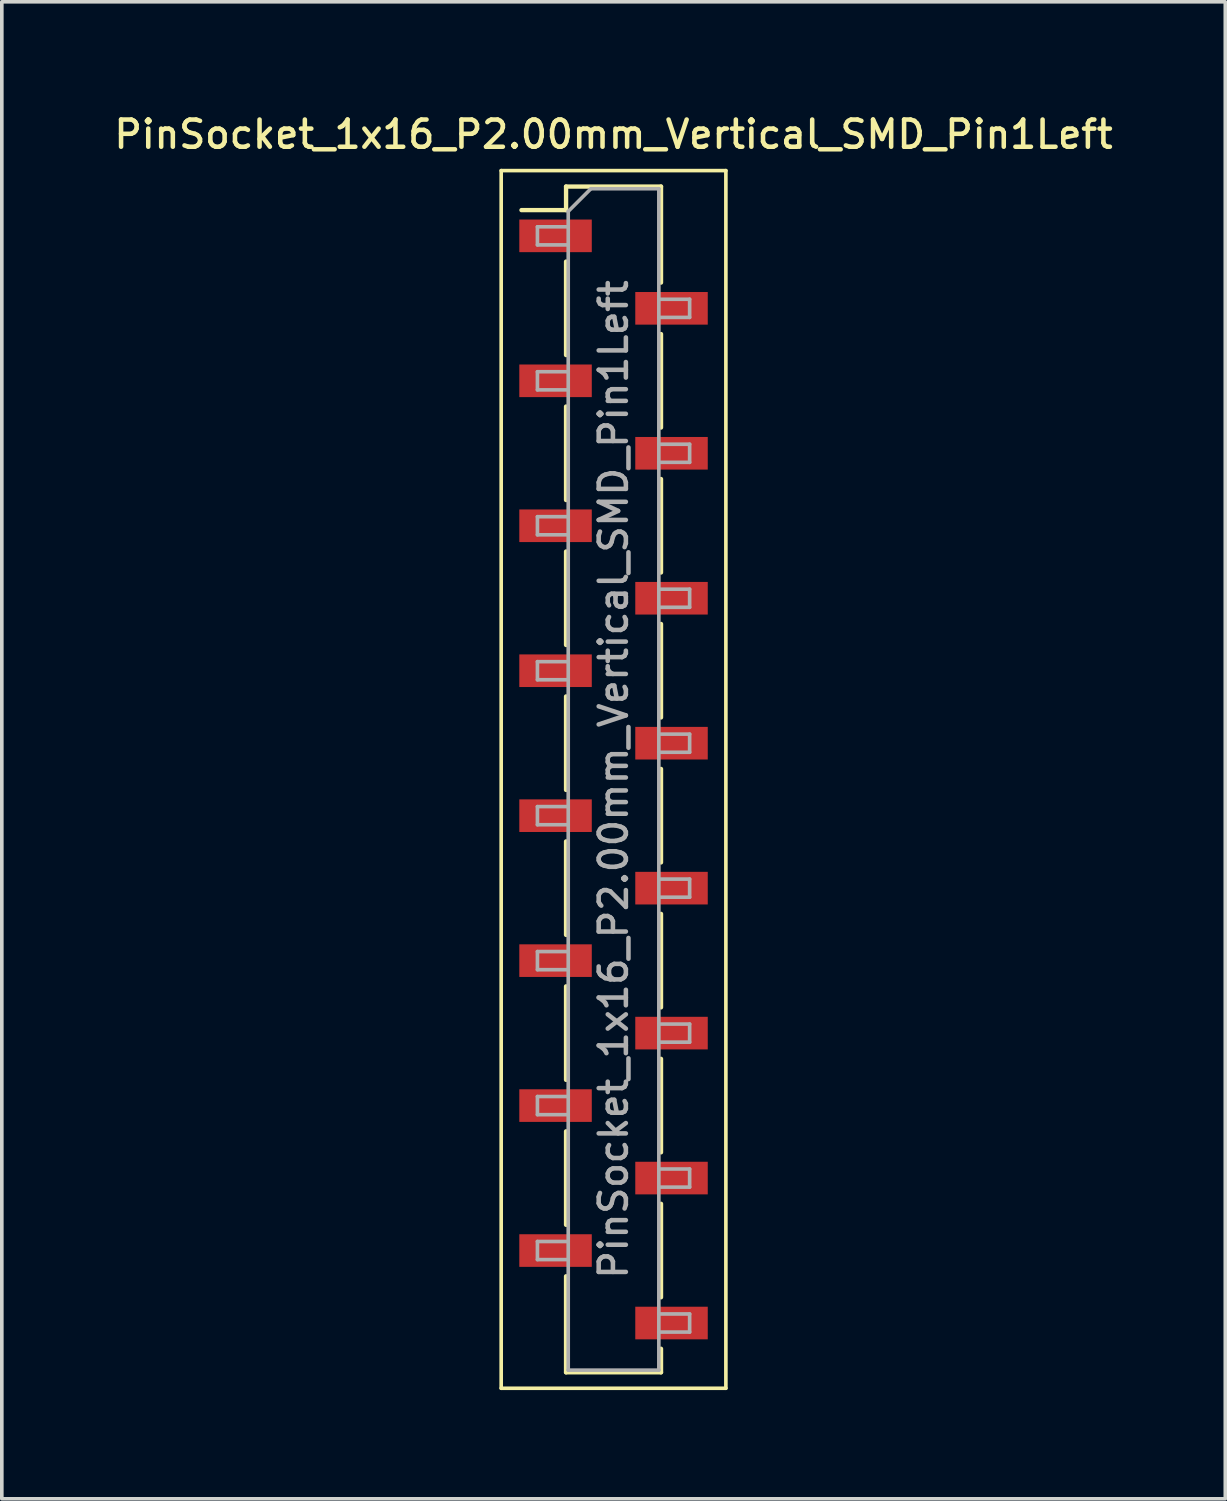
<source format=kicad_pcb>
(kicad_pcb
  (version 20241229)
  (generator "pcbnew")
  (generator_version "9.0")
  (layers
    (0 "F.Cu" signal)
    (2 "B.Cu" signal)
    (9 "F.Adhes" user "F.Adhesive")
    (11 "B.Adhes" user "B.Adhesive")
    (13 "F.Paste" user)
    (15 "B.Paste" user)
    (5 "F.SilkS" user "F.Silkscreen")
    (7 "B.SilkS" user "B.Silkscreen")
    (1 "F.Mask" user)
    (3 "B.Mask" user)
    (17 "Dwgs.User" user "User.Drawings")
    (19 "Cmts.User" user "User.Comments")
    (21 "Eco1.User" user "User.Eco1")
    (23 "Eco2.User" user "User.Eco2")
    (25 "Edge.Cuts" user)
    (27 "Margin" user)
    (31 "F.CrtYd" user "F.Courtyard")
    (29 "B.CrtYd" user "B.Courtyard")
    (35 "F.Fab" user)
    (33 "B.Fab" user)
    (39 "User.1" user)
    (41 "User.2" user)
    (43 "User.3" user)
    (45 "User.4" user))
  (footprint "PinSocket_1x16_P2.00mm_Vertical_SMD_Pin1Left"
    (layer "F.Cu")
    (at 13.88 18.458)
    (property "Reference" "PinSocket_1x16_P2.00mm_Vertical_SMD_Pin1Left" (at 0 -17.8 0) (layer "F.SilkS") (effects (font (size 0.75 0.75) (thickness 0.125))))
    (attr smd)
    (fp_line (start -3.1 -16.8) (end 3.1 -16.8) (stroke (width 0.1) (type solid)) (layer "F.SilkS"))
    (fp_line (start -3.1 16.8) (end -3.1 -16.8) (stroke (width 0.1) (type solid)) (layer "F.SilkS"))
    (fp_line (start -2.54 -15.71) (end -1.31 -15.71) (stroke (width 0.12) (type solid)) (layer "F.SilkS"))
    (fp_line (start -1.31 -16.36) (end -1.31 -15.71) (stroke (width 0.12) (type solid)) (layer "F.SilkS"))
    (fp_line (start -1.31 -16.36) (end 1.31 -16.36) (stroke (width 0.12) (type solid)) (layer "F.SilkS"))
    (fp_line (start -1.31 -14.29) (end -1.31 -11.71) (stroke (width 0.12) (type solid)) (layer "F.SilkS"))
    (fp_line (start -1.31 -10.29) (end -1.31 -7.71) (stroke (width 0.12) (type solid)) (layer "F.SilkS"))
    (fp_line (start -1.31 -6.29) (end -1.31 -3.71) (stroke (width 0.12) (type solid)) (layer "F.SilkS"))
    (fp_line (start -1.31 -2.29) (end -1.31 0.29) (stroke (width 0.12) (type solid)) (layer "F.SilkS"))
    (fp_line (start -1.31 1.71) (end -1.31 4.29) (stroke (width 0.12) (type solid)) (layer "F.SilkS"))
    (fp_line (start -1.31 5.71) (end -1.31 8.29) (stroke (width 0.12) (type solid)) (layer "F.SilkS"))
    (fp_line (start -1.31 9.71) (end -1.31 12.29) (stroke (width 0.12) (type solid)) (layer "F.SilkS"))
    (fp_line (start -1.31 13.71) (end -1.31 16.36) (stroke (width 0.12) (type solid)) (layer "F.SilkS"))
    (fp_line (start -1.31 16.36) (end 1.31 16.36) (stroke (width 0.12) (type solid)) (layer "F.SilkS"))
    (fp_line (start 1.31 -16.36) (end 1.31 -13.71) (stroke (width 0.12) (type solid)) (layer "F.SilkS"))
    (fp_line (start 1.31 -12.29) (end 1.31 -9.71) (stroke (width 0.12) (type solid)) (layer "F.SilkS"))
    (fp_line (start 1.31 -8.29) (end 1.31 -5.71) (stroke (width 0.12) (type solid)) (layer "F.SilkS"))
    (fp_line (start 1.31 -4.29) (end 1.31 -1.71) (stroke (width 0.12) (type solid)) (layer "F.SilkS"))
    (fp_line (start 1.31 -0.29) (end 1.31 2.29) (stroke (width 0.12) (type solid)) (layer "F.SilkS"))
    (fp_line (start 1.31 3.71) (end 1.31 6.29) (stroke (width 0.12) (type solid)) (layer "F.SilkS"))
    (fp_line (start 1.31 7.71) (end 1.31 10.29) (stroke (width 0.12) (type solid)) (layer "F.SilkS"))
    (fp_line (start 1.31 11.71) (end 1.31 14.29) (stroke (width 0.12) (type solid)) (layer "F.SilkS"))
    (fp_line (start 1.31 15.71) (end 1.31 16.36) (stroke (width 0.12) (type solid)) (layer "F.SilkS"))
    (fp_line (start 3.1 -16.8) (end 3.1 16.8) (stroke (width 0.1) (type solid)) (layer "F.SilkS"))
    (fp_line (start 3.1 16.8) (end -3.1 16.8) (stroke (width 0.1) (type solid)) (layer "F.SilkS"))
    (fp_line (start -2.1 -15.25) (end -1.25 -15.25) (stroke (width 0.1) (type solid)) (layer "F.Fab"))
    (fp_line (start -2.1 -14.75) (end -2.1 -15.25) (stroke (width 0.1) (type solid)) (layer "F.Fab"))
    (fp_line (start -2.1 -11.25) (end -1.25 -11.25) (stroke (width 0.1) (type solid)) (layer "F.Fab"))
    (fp_line (start -2.1 -10.75) (end -2.1 -11.25) (stroke (width 0.1) (type solid)) (layer "F.Fab"))
    (fp_line (start -2.1 -7.25) (end -1.25 -7.25) (stroke (width 0.1) (type solid)) (layer "F.Fab"))
    (fp_line (start -2.1 -6.75) (end -2.1 -7.25) (stroke (width 0.1) (type solid)) (layer "F.Fab"))
    (fp_line (start -2.1 -3.25) (end -1.25 -3.25) (stroke (width 0.1) (type solid)) (layer "F.Fab"))
    (fp_line (start -2.1 -2.75) (end -2.1 -3.25) (stroke (width 0.1) (type solid)) (layer "F.Fab"))
    (fp_line (start -2.1 0.75) (end -1.25 0.75) (stroke (width 0.1) (type solid)) (layer "F.Fab"))
    (fp_line (start -2.1 1.25) (end -2.1 0.75) (stroke (width 0.1) (type solid)) (layer "F.Fab"))
    (fp_line (start -2.1 4.75) (end -1.25 4.75) (stroke (width 0.1) (type solid)) (layer "F.Fab"))
    (fp_line (start -2.1 5.25) (end -2.1 4.75) (stroke (width 0.1) (type solid)) (layer "F.Fab"))
    (fp_line (start -2.1 8.75) (end -1.25 8.75) (stroke (width 0.1) (type solid)) (layer "F.Fab"))
    (fp_line (start -2.1 9.25) (end -2.1 8.75) (stroke (width 0.1) (type solid)) (layer "F.Fab"))
    (fp_line (start -2.1 12.75) (end -1.25 12.75) (stroke (width 0.1) (type solid)) (layer "F.Fab"))
    (fp_line (start -2.1 13.25) (end -2.1 12.75) (stroke (width 0.1) (type solid)) (layer "F.Fab"))
    (fp_line (start -1.25 -15.675) (end -0.625 -16.3) (stroke (width 0.1) (type solid)) (layer "F.Fab"))
    (fp_line (start -1.25 -14.75) (end -2.1 -14.75) (stroke (width 0.1) (type solid)) (layer "F.Fab"))
    (fp_line (start -1.25 -10.75) (end -2.1 -10.75) (stroke (width 0.1) (type solid)) (layer "F.Fab"))
    (fp_line (start -1.25 -6.75) (end -2.1 -6.75) (stroke (width 0.1) (type solid)) (layer "F.Fab"))
    (fp_line (start -1.25 -2.75) (end -2.1 -2.75) (stroke (width 0.1) (type solid)) (layer "F.Fab"))
    (fp_line (start -1.25 1.25) (end -2.1 1.25) (stroke (width 0.1) (type solid)) (layer "F.Fab"))
    (fp_line (start -1.25 5.25) (end -2.1 5.25) (stroke (width 0.1) (type solid)) (layer "F.Fab"))
    (fp_line (start -1.25 9.25) (end -2.1 9.25) (stroke (width 0.1) (type solid)) (layer "F.Fab"))
    (fp_line (start -1.25 13.25) (end -2.1 13.25) (stroke (width 0.1) (type solid)) (layer "F.Fab"))
    (fp_line (start -1.25 16.3) (end -1.25 -15.675) (stroke (width 0.1) (type solid)) (layer "F.Fab"))
    (fp_line (start -0.625 -16.3) (end 1.25 -16.3) (stroke (width 0.1) (type solid)) (layer "F.Fab"))
    (fp_line (start 1.25 -16.3) (end 1.25 16.3) (stroke (width 0.1) (type solid)) (layer "F.Fab"))
    (fp_line (start 1.25 -13.25) (end 2.1 -13.25) (stroke (width 0.1) (type solid)) (layer "F.Fab"))
    (fp_line (start 1.25 -9.25) (end 2.1 -9.25) (stroke (width 0.1) (type solid)) (layer "F.Fab"))
    (fp_line (start 1.25 -5.25) (end 2.1 -5.25) (stroke (width 0.1) (type solid)) (layer "F.Fab"))
    (fp_line (start 1.25 -1.25) (end 2.1 -1.25) (stroke (width 0.1) (type solid)) (layer "F.Fab"))
    (fp_line (start 1.25 2.75) (end 2.1 2.75) (stroke (width 0.1) (type solid)) (layer "F.Fab"))
    (fp_line (start 1.25 6.75) (end 2.1 6.75) (stroke (width 0.1) (type solid)) (layer "F.Fab"))
    (fp_line (start 1.25 10.75) (end 2.1 10.75) (stroke (width 0.1) (type solid)) (layer "F.Fab"))
    (fp_line (start 1.25 14.75) (end 2.1 14.75) (stroke (width 0.1) (type solid)) (layer "F.Fab"))
    (fp_line (start 1.25 16.3) (end -1.25 16.3) (stroke (width 0.1) (type solid)) (layer "F.Fab"))
    (fp_line (start 2.1 -13.25) (end 2.1 -12.75) (stroke (width 0.1) (type solid)) (layer "F.Fab"))
    (fp_line (start 2.1 -12.75) (end 1.25 -12.75) (stroke (width 0.1) (type solid)) (layer "F.Fab"))
    (fp_line (start 2.1 -9.25) (end 2.1 -8.75) (stroke (width 0.1) (type solid)) (layer "F.Fab"))
    (fp_line (start 2.1 -8.75) (end 1.25 -8.75) (stroke (width 0.1) (type solid)) (layer "F.Fab"))
    (fp_line (start 2.1 -5.25) (end 2.1 -4.75) (stroke (width 0.1) (type solid)) (layer "F.Fab"))
    (fp_line (start 2.1 -4.75) (end 1.25 -4.75) (stroke (width 0.1) (type solid)) (layer "F.Fab"))
    (fp_line (start 2.1 -1.25) (end 2.1 -0.75) (stroke (width 0.1) (type solid)) (layer "F.Fab"))
    (fp_line (start 2.1 -0.75) (end 1.25 -0.75) (stroke (width 0.1) (type solid)) (layer "F.Fab"))
    (fp_line (start 2.1 2.75) (end 2.1 3.25) (stroke (width 0.1) (type solid)) (layer "F.Fab"))
    (fp_line (start 2.1 3.25) (end 1.25 3.25) (stroke (width 0.1) (type solid)) (layer "F.Fab"))
    (fp_line (start 2.1 6.75) (end 2.1 7.25) (stroke (width 0.1) (type solid)) (layer "F.Fab"))
    (fp_line (start 2.1 7.25) (end 1.25 7.25) (stroke (width 0.1) (type solid)) (layer "F.Fab"))
    (fp_line (start 2.1 10.75) (end 2.1 11.25) (stroke (width 0.1) (type solid)) (layer "F.Fab"))
    (fp_line (start 2.1 11.25) (end 1.25 11.25) (stroke (width 0.1) (type solid)) (layer "F.Fab"))
    (fp_line (start 2.1 14.75) (end 2.1 15.25) (stroke (width 0.1) (type solid)) (layer "F.Fab"))
    (fp_line (start 2.1 15.25) (end 1.25 15.25) (stroke (width 0.1) (type solid)) (layer "F.Fab"))
    (fp_text user "${REFERENCE}" (at 0 0 90) (layer "F.Fab") (effects (font (size 0.75 0.75) (thickness 0.125))))
    (pad "1" smd rect (at -1.6 -15) (size 2 0.9) (layers "F.Cu" "F.Mask" "F.Paste"))
    (pad "2" smd rect (at 1.6 -13) (size 2 0.9) (layers "F.Cu" "F.Mask" "F.Paste"))
    (pad "3" smd rect (at -1.6 -11) (size 2 0.9) (layers "F.Cu" "F.Mask" "F.Paste"))
    (pad "4" smd rect (at 1.6 -9) (size 2 0.9) (layers "F.Cu" "F.Mask" "F.Paste"))
    (pad "5" smd rect (at -1.6 -7) (size 2 0.9) (layers "F.Cu" "F.Mask" "F.Paste"))
    (pad "6" smd rect (at 1.6 -5) (size 2 0.9) (layers "F.Cu" "F.Mask" "F.Paste"))
    (pad "7" smd rect (at -1.6 -3) (size 2 0.9) (layers "F.Cu" "F.Mask" "F.Paste"))
    (pad "8" smd rect (at 1.6 -1) (size 2 0.9) (layers "F.Cu" "F.Mask" "F.Paste"))
    (pad "9" smd rect (at -1.6 1) (size 2 0.9) (layers "F.Cu" "F.Mask" "F.Paste"))
    (pad "10" smd rect (at 1.6 3) (size 2 0.9) (layers "F.Cu" "F.Mask" "F.Paste"))
    (pad "11" smd rect (at -1.6 5) (size 2 0.9) (layers "F.Cu" "F.Mask" "F.Paste"))
    (pad "12" smd rect (at 1.6 7) (size 2 0.9) (layers "F.Cu" "F.Mask" "F.Paste"))
    (pad "13" smd rect (at -1.6 9) (size 2 0.9) (layers "F.Cu" "F.Mask" "F.Paste"))
    (pad "14" smd rect (at 1.6 11) (size 2 0.9) (layers "F.Cu" "F.Mask" "F.Paste"))
    (pad "15" smd rect (at -1.6 13) (size 2 0.9) (layers "F.Cu" "F.Mask" "F.Paste"))
    (pad "16" smd rect (at 1.6 15) (size 2 0.9) (layers "F.Cu" "F.Mask" "F.Paste")))
  (gr_rect
    (start -3 -3)
    (end 30.761 38.308)
    (stroke (width 0.1) (type default))
    (fill no)
    (layer "Edge.Cuts")))
</source>
